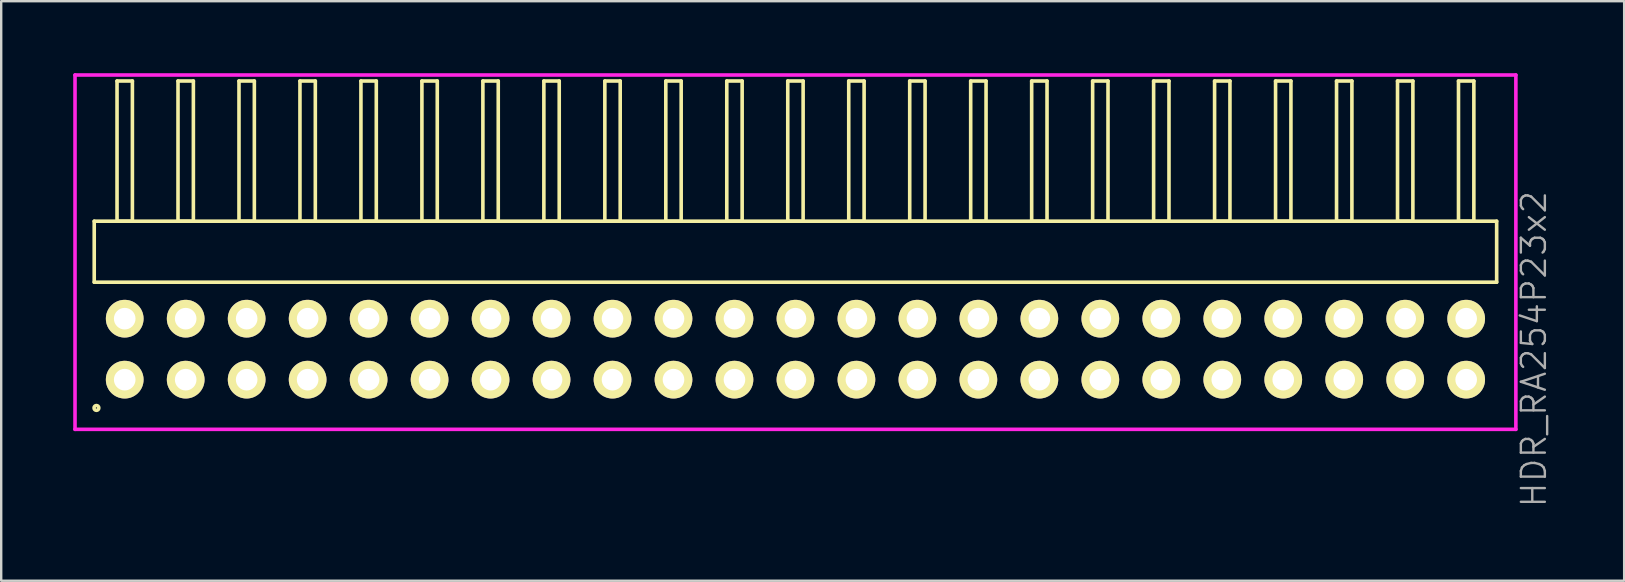
<source format=kicad_pcb>
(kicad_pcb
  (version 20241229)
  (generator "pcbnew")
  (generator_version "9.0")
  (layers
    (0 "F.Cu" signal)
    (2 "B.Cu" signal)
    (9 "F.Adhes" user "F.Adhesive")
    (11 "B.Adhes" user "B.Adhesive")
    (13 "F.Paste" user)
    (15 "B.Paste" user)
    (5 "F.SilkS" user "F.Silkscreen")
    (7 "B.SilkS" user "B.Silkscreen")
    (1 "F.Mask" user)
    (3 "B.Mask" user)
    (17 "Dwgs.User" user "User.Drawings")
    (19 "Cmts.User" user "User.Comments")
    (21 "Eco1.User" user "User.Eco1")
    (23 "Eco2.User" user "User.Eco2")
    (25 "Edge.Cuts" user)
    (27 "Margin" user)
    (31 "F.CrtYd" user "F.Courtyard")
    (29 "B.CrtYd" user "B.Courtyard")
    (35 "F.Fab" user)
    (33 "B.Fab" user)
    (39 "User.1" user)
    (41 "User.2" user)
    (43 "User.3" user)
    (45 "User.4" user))
  (footprint "HDR_RA254P23x2"
    (layer "F.Cu")
    (at 30.085 11.495)
    (property "Reference" "HDR_RA254P23x2" (at 30.76 0 90) (layer "F.Fab") (effects (font (size 1 1) (thickness 0.1))))
    (attr through_hole)
    (fp_line (start -29.21 -5.33) (end -29.21 -2.79) (stroke (width 0.15) (type solid)) (layer "F.SilkS"))
    (fp_line (start -29.21 -2.79) (end 29.21 -2.79) (stroke (width 0.15) (type solid)) (layer "F.SilkS"))
    (fp_line (start -28.26 -11.17) (end -28.26 -5.33) (stroke (width 0.15) (type solid)) (layer "F.SilkS"))
    (fp_line (start -28.26 -5.33) (end -27.62 -5.33) (stroke (width 0.15) (type solid)) (layer "F.SilkS"))
    (fp_line (start -27.62 -11.17) (end -28.26 -11.17) (stroke (width 0.15) (type solid)) (layer "F.SilkS"))
    (fp_line (start -27.62 -5.33) (end -27.62 -11.17) (stroke (width 0.15) (type solid)) (layer "F.SilkS"))
    (fp_line (start -25.72 -11.17) (end -25.72 -5.33) (stroke (width 0.15) (type solid)) (layer "F.SilkS"))
    (fp_line (start -25.72 -5.33) (end -25.08 -5.33) (stroke (width 0.15) (type solid)) (layer "F.SilkS"))
    (fp_line (start -25.08 -11.17) (end -25.72 -11.17) (stroke (width 0.15) (type solid)) (layer "F.SilkS"))
    (fp_line (start -25.08 -5.33) (end -25.08 -11.17) (stroke (width 0.15) (type solid)) (layer "F.SilkS"))
    (fp_line (start -23.18 -11.17) (end -23.18 -5.33) (stroke (width 0.15) (type solid)) (layer "F.SilkS"))
    (fp_line (start -23.18 -5.33) (end -22.54 -5.33) (stroke (width 0.15) (type solid)) (layer "F.SilkS"))
    (fp_line (start -22.54 -11.17) (end -23.18 -11.17) (stroke (width 0.15) (type solid)) (layer "F.SilkS"))
    (fp_line (start -22.54 -5.33) (end -22.54 -11.17) (stroke (width 0.15) (type solid)) (layer "F.SilkS"))
    (fp_line (start -20.64 -11.17) (end -20.64 -5.33) (stroke (width 0.15) (type solid)) (layer "F.SilkS"))
    (fp_line (start -20.64 -5.33) (end -20 -5.33) (stroke (width 0.15) (type solid)) (layer "F.SilkS"))
    (fp_line (start -20 -11.17) (end -20.64 -11.17) (stroke (width 0.15) (type solid)) (layer "F.SilkS"))
    (fp_line (start -20 -5.33) (end -20 -11.17) (stroke (width 0.15) (type solid)) (layer "F.SilkS"))
    (fp_line (start -18.1 -11.17) (end -18.1 -5.33) (stroke (width 0.15) (type solid)) (layer "F.SilkS"))
    (fp_line (start -18.1 -5.33) (end -17.46 -5.33) (stroke (width 0.15) (type solid)) (layer "F.SilkS"))
    (fp_line (start -17.46 -11.17) (end -18.1 -11.17) (stroke (width 0.15) (type solid)) (layer "F.SilkS"))
    (fp_line (start -17.46 -5.33) (end -17.46 -11.17) (stroke (width 0.15) (type solid)) (layer "F.SilkS"))
    (fp_line (start -15.56 -11.17) (end -15.56 -5.33) (stroke (width 0.15) (type solid)) (layer "F.SilkS"))
    (fp_line (start -15.56 -5.33) (end -14.92 -5.33) (stroke (width 0.15) (type solid)) (layer "F.SilkS"))
    (fp_line (start -14.92 -11.17) (end -15.56 -11.17) (stroke (width 0.15) (type solid)) (layer "F.SilkS"))
    (fp_line (start -14.92 -5.33) (end -14.92 -11.17) (stroke (width 0.15) (type solid)) (layer "F.SilkS"))
    (fp_line (start -13.02 -11.17) (end -13.02 -5.33) (stroke (width 0.15) (type solid)) (layer "F.SilkS"))
    (fp_line (start -13.02 -5.33) (end -12.38 -5.33) (stroke (width 0.15) (type solid)) (layer "F.SilkS"))
    (fp_line (start -12.38 -11.17) (end -13.02 -11.17) (stroke (width 0.15) (type solid)) (layer "F.SilkS"))
    (fp_line (start -12.38 -5.33) (end -12.38 -11.17) (stroke (width 0.15) (type solid)) (layer "F.SilkS"))
    (fp_line (start -10.48 -11.17) (end -10.48 -5.33) (stroke (width 0.15) (type solid)) (layer "F.SilkS"))
    (fp_line (start -10.48 -5.33) (end -9.84 -5.33) (stroke (width 0.15) (type solid)) (layer "F.SilkS"))
    (fp_line (start -9.84 -11.17) (end -10.48 -11.17) (stroke (width 0.15) (type solid)) (layer "F.SilkS"))
    (fp_line (start -9.84 -5.33) (end -9.84 -11.17) (stroke (width 0.15) (type solid)) (layer "F.SilkS"))
    (fp_line (start -7.94 -11.17) (end -7.94 -5.33) (stroke (width 0.15) (type solid)) (layer "F.SilkS"))
    (fp_line (start -7.94 -5.33) (end -7.3 -5.33) (stroke (width 0.15) (type solid)) (layer "F.SilkS"))
    (fp_line (start -7.3 -11.17) (end -7.94 -11.17) (stroke (width 0.15) (type solid)) (layer "F.SilkS"))
    (fp_line (start -7.3 -5.33) (end -7.3 -11.17) (stroke (width 0.15) (type solid)) (layer "F.SilkS"))
    (fp_line (start -5.4 -11.17) (end -5.4 -5.33) (stroke (width 0.15) (type solid)) (layer "F.SilkS"))
    (fp_line (start -5.4 -5.33) (end -4.76 -5.33) (stroke (width 0.15) (type solid)) (layer "F.SilkS"))
    (fp_line (start -4.76 -11.17) (end -5.4 -11.17) (stroke (width 0.15) (type solid)) (layer "F.SilkS"))
    (fp_line (start -4.76 -5.33) (end -4.76 -11.17) (stroke (width 0.15) (type solid)) (layer "F.SilkS"))
    (fp_line (start -2.86 -11.17) (end -2.86 -5.33) (stroke (width 0.15) (type solid)) (layer "F.SilkS"))
    (fp_line (start -2.86 -5.33) (end -2.22 -5.33) (stroke (width 0.15) (type solid)) (layer "F.SilkS"))
    (fp_line (start -2.22 -11.17) (end -2.86 -11.17) (stroke (width 0.15) (type solid)) (layer "F.SilkS"))
    (fp_line (start -2.22 -5.33) (end -2.22 -11.17) (stroke (width 0.15) (type solid)) (layer "F.SilkS"))
    (fp_line (start -0.32 -11.17) (end -0.32 -5.33) (stroke (width 0.15) (type solid)) (layer "F.SilkS"))
    (fp_line (start -0.32 -5.33) (end 0.32 -5.33) (stroke (width 0.15) (type solid)) (layer "F.SilkS"))
    (fp_line (start 0.32 -11.17) (end -0.32 -11.17) (stroke (width 0.15) (type solid)) (layer "F.SilkS"))
    (fp_line (start 0.32 -5.33) (end 0.32 -11.17) (stroke (width 0.15) (type solid)) (layer "F.SilkS"))
    (fp_line (start 2.22 -11.17) (end 2.22 -5.33) (stroke (width 0.15) (type solid)) (layer "F.SilkS"))
    (fp_line (start 2.22 -5.33) (end 2.86 -5.33) (stroke (width 0.15) (type solid)) (layer "F.SilkS"))
    (fp_line (start 2.86 -11.17) (end 2.22 -11.17) (stroke (width 0.15) (type solid)) (layer "F.SilkS"))
    (fp_line (start 2.86 -5.33) (end 2.86 -11.17) (stroke (width 0.15) (type solid)) (layer "F.SilkS"))
    (fp_line (start 4.76 -11.17) (end 4.76 -5.33) (stroke (width 0.15) (type solid)) (layer "F.SilkS"))
    (fp_line (start 4.76 -5.33) (end 5.4 -5.33) (stroke (width 0.15) (type solid)) (layer "F.SilkS"))
    (fp_line (start 5.4 -11.17) (end 4.76 -11.17) (stroke (width 0.15) (type solid)) (layer "F.SilkS"))
    (fp_line (start 5.4 -5.33) (end 5.4 -11.17) (stroke (width 0.15) (type solid)) (layer "F.SilkS"))
    (fp_line (start 7.3 -11.17) (end 7.3 -5.33) (stroke (width 0.15) (type solid)) (layer "F.SilkS"))
    (fp_line (start 7.3 -5.33) (end 7.94 -5.33) (stroke (width 0.15) (type solid)) (layer "F.SilkS"))
    (fp_line (start 7.94 -11.17) (end 7.3 -11.17) (stroke (width 0.15) (type solid)) (layer "F.SilkS"))
    (fp_line (start 7.94 -5.33) (end 7.94 -11.17) (stroke (width 0.15) (type solid)) (layer "F.SilkS"))
    (fp_line (start 9.84 -11.17) (end 9.84 -5.33) (stroke (width 0.15) (type solid)) (layer "F.SilkS"))
    (fp_line (start 9.84 -5.33) (end 10.48 -5.33) (stroke (width 0.15) (type solid)) (layer "F.SilkS"))
    (fp_line (start 10.48 -11.17) (end 9.84 -11.17) (stroke (width 0.15) (type solid)) (layer "F.SilkS"))
    (fp_line (start 10.48 -5.33) (end 10.48 -11.17) (stroke (width 0.15) (type solid)) (layer "F.SilkS"))
    (fp_line (start 12.38 -11.17) (end 12.38 -5.33) (stroke (width 0.15) (type solid)) (layer "F.SilkS"))
    (fp_line (start 12.38 -5.33) (end 13.02 -5.33) (stroke (width 0.15) (type solid)) (layer "F.SilkS"))
    (fp_line (start 13.02 -11.17) (end 12.38 -11.17) (stroke (width 0.15) (type solid)) (layer "F.SilkS"))
    (fp_line (start 13.02 -5.33) (end 13.02 -11.17) (stroke (width 0.15) (type solid)) (layer "F.SilkS"))
    (fp_line (start 14.92 -11.17) (end 14.92 -5.33) (stroke (width 0.15) (type solid)) (layer "F.SilkS"))
    (fp_line (start 14.92 -5.33) (end 15.56 -5.33) (stroke (width 0.15) (type solid)) (layer "F.SilkS"))
    (fp_line (start 15.56 -11.17) (end 14.92 -11.17) (stroke (width 0.15) (type solid)) (layer "F.SilkS"))
    (fp_line (start 15.56 -5.33) (end 15.56 -11.17) (stroke (width 0.15) (type solid)) (layer "F.SilkS"))
    (fp_line (start 17.46 -11.17) (end 17.46 -5.33) (stroke (width 0.15) (type solid)) (layer "F.SilkS"))
    (fp_line (start 17.46 -5.33) (end 18.1 -5.33) (stroke (width 0.15) (type solid)) (layer "F.SilkS"))
    (fp_line (start 18.1 -11.17) (end 17.46 -11.17) (stroke (width 0.15) (type solid)) (layer "F.SilkS"))
    (fp_line (start 18.1 -5.33) (end 18.1 -11.17) (stroke (width 0.15) (type solid)) (layer "F.SilkS"))
    (fp_line (start 20 -11.17) (end 20 -5.33) (stroke (width 0.15) (type solid)) (layer "F.SilkS"))
    (fp_line (start 20 -5.33) (end 20.64 -5.33) (stroke (width 0.15) (type solid)) (layer "F.SilkS"))
    (fp_line (start 20.64 -11.17) (end 20 -11.17) (stroke (width 0.15) (type solid)) (layer "F.SilkS"))
    (fp_line (start 20.64 -5.33) (end 20.64 -11.17) (stroke (width 0.15) (type solid)) (layer "F.SilkS"))
    (fp_line (start 22.54 -11.17) (end 22.54 -5.33) (stroke (width 0.15) (type solid)) (layer "F.SilkS"))
    (fp_line (start 22.54 -5.33) (end 23.18 -5.33) (stroke (width 0.15) (type solid)) (layer "F.SilkS"))
    (fp_line (start 23.18 -11.17) (end 22.54 -11.17) (stroke (width 0.15) (type solid)) (layer "F.SilkS"))
    (fp_line (start 23.18 -5.33) (end 23.18 -11.17) (stroke (width 0.15) (type solid)) (layer "F.SilkS"))
    (fp_line (start 25.08 -11.17) (end 25.08 -5.33) (stroke (width 0.15) (type solid)) (layer "F.SilkS"))
    (fp_line (start 25.08 -5.33) (end 25.72 -5.33) (stroke (width 0.15) (type solid)) (layer "F.SilkS"))
    (fp_line (start 25.72 -11.17) (end 25.08 -11.17) (stroke (width 0.15) (type solid)) (layer "F.SilkS"))
    (fp_line (start 25.72 -5.33) (end 25.72 -11.17) (stroke (width 0.15) (type solid)) (layer "F.SilkS"))
    (fp_line (start 27.62 -11.17) (end 27.62 -5.33) (stroke (width 0.15) (type solid)) (layer "F.SilkS"))
    (fp_line (start 27.62 -5.33) (end 28.26 -5.33) (stroke (width 0.15) (type solid)) (layer "F.SilkS"))
    (fp_line (start 28.26 -11.17) (end 27.62 -11.17) (stroke (width 0.15) (type solid)) (layer "F.SilkS"))
    (fp_line (start 28.26 -5.33) (end 28.26 -11.17) (stroke (width 0.15) (type solid)) (layer "F.SilkS"))
    (fp_line (start 29.21 -5.33) (end -29.21 -5.33) (stroke (width 0.15) (type solid)) (layer "F.SilkS"))
    (fp_line (start 29.21 -2.79) (end 29.21 -5.33) (stroke (width 0.15) (type solid)) (layer "F.SilkS"))
    (fp_circle (center -29.118 2.448) (end -29.018 2.448) (stroke (width 0.15) (type solid)) (fill no) (layer "F.SilkS"))
    (fp_line (start -30.01 -11.42) (end -30.01 3.34) (stroke (width 0.15) (type solid)) (layer "F.CrtYd"))
    (fp_line (start -30.01 3.34) (end 30.01 3.34) (stroke (width 0.15) (type solid)) (layer "F.CrtYd"))
    (fp_line (start 30.01 -11.42) (end -30.01 -11.42) (stroke (width 0.15) (type solid)) (layer "F.CrtYd"))
    (fp_line (start 30.01 3.34) (end 30.01 -11.42) (stroke (width 0.15) (type solid)) (layer "F.CrtYd"))
    (pad "1" thru_hole oval (at -27.94 1.27) (size 1.57 1.57) (drill 0.9) (layers "*.Cu" "*.Mask" "F.SilkS"))
    (pad "2" thru_hole oval (at -27.94 -1.27) (size 1.57 1.57) (drill 0.9) (layers "*.Cu" "*.Mask" "F.SilkS"))
    (pad "3" thru_hole oval (at -25.4 1.27) (size 1.57 1.57) (drill 0.9) (layers "*.Cu" "*.Mask" "F.SilkS"))
    (pad "4" thru_hole oval (at -25.4 -1.27) (size 1.57 1.57) (drill 0.9) (layers "*.Cu" "*.Mask" "F.SilkS"))
    (pad "5" thru_hole oval (at -22.86 1.27) (size 1.57 1.57) (drill 0.9) (layers "*.Cu" "*.Mask" "F.SilkS"))
    (pad "6" thru_hole oval (at -22.86 -1.27) (size 1.57 1.57) (drill 0.9) (layers "*.Cu" "*.Mask" "F.SilkS"))
    (pad "7" thru_hole oval (at -20.32 1.27) (size 1.57 1.57) (drill 0.9) (layers "*.Cu" "*.Mask" "F.SilkS"))
    (pad "8" thru_hole oval (at -20.32 -1.27) (size 1.57 1.57) (drill 0.9) (layers "*.Cu" "*.Mask" "F.SilkS"))
    (pad "9" thru_hole oval (at -17.78 1.27) (size 1.57 1.57) (drill 0.9) (layers "*.Cu" "*.Mask" "F.SilkS"))
    (pad "10" thru_hole oval (at -17.78 -1.27) (size 1.57 1.57) (drill 0.9) (layers "*.Cu" "*.Mask" "F.SilkS"))
    (pad "11" thru_hole oval (at -15.24 1.27) (size 1.57 1.57) (drill 0.9) (layers "*.Cu" "*.Mask" "F.SilkS"))
    (pad "12" thru_hole oval (at -15.24 -1.27) (size 1.57 1.57) (drill 0.9) (layers "*.Cu" "*.Mask" "F.SilkS"))
    (pad "13" thru_hole oval (at -12.7 1.27) (size 1.57 1.57) (drill 0.9) (layers "*.Cu" "*.Mask" "F.SilkS"))
    (pad "14" thru_hole oval (at -12.7 -1.27) (size 1.57 1.57) (drill 0.9) (layers "*.Cu" "*.Mask" "F.SilkS"))
    (pad "15" thru_hole oval (at -10.16 1.27) (size 1.57 1.57) (drill 0.9) (layers "*.Cu" "*.Mask" "F.SilkS"))
    (pad "16" thru_hole oval (at -10.16 -1.27) (size 1.57 1.57) (drill 0.9) (layers "*.Cu" "*.Mask" "F.SilkS"))
    (pad "17" thru_hole oval (at -7.62 1.27) (size 1.57 1.57) (drill 0.9) (layers "*.Cu" "*.Mask" "F.SilkS"))
    (pad "18" thru_hole oval (at -7.62 -1.27) (size 1.57 1.57) (drill 0.9) (layers "*.Cu" "*.Mask" "F.SilkS"))
    (pad "19" thru_hole oval (at -5.08 1.27) (size 1.57 1.57) (drill 0.9) (layers "*.Cu" "*.Mask" "F.SilkS"))
    (pad "20" thru_hole oval (at -5.08 -1.27) (size 1.57 1.57) (drill 0.9) (layers "*.Cu" "*.Mask" "F.SilkS"))
    (pad "21" thru_hole oval (at -2.54 1.27) (size 1.57 1.57) (drill 0.9) (layers "*.Cu" "*.Mask" "F.SilkS"))
    (pad "22" thru_hole oval (at -2.54 -1.27) (size 1.57 1.57) (drill 0.9) (layers "*.Cu" "*.Mask" "F.SilkS"))
    (pad "23" thru_hole oval (at 0 1.27) (size 1.57 1.57) (drill 0.9) (layers "*.Cu" "*.Mask" "F.SilkS"))
    (pad "24" thru_hole oval (at 0 -1.27) (size 1.57 1.57) (drill 0.9) (layers "*.Cu" "*.Mask" "F.SilkS"))
    (pad "25" thru_hole oval (at 2.54 1.27) (size 1.57 1.57) (drill 0.9) (layers "*.Cu" "*.Mask" "F.SilkS"))
    (pad "26" thru_hole oval (at 2.54 -1.27) (size 1.57 1.57) (drill 0.9) (layers "*.Cu" "*.Mask" "F.SilkS"))
    (pad "27" thru_hole oval (at 5.08 1.27) (size 1.57 1.57) (drill 0.9) (layers "*.Cu" "*.Mask" "F.SilkS"))
    (pad "28" thru_hole oval (at 5.08 -1.27) (size 1.57 1.57) (drill 0.9) (layers "*.Cu" "*.Mask" "F.SilkS"))
    (pad "29" thru_hole oval (at 7.62 1.27) (size 1.57 1.57) (drill 0.9) (layers "*.Cu" "*.Mask" "F.SilkS"))
    (pad "30" thru_hole oval (at 7.62 -1.27) (size 1.57 1.57) (drill 0.9) (layers "*.Cu" "*.Mask" "F.SilkS"))
    (pad "31" thru_hole oval (at 10.16 1.27) (size 1.57 1.57) (drill 0.9) (layers "*.Cu" "*.Mask" "F.SilkS"))
    (pad "32" thru_hole oval (at 10.16 -1.27) (size 1.57 1.57) (drill 0.9) (layers "*.Cu" "*.Mask" "F.SilkS"))
    (pad "33" thru_hole oval (at 12.7 1.27) (size 1.57 1.57) (drill 0.9) (layers "*.Cu" "*.Mask" "F.SilkS"))
    (pad "34" thru_hole oval (at 12.7 -1.27) (size 1.57 1.57) (drill 0.9) (layers "*.Cu" "*.Mask" "F.SilkS"))
    (pad "35" thru_hole oval (at 15.24 1.27) (size 1.57 1.57) (drill 0.9) (layers "*.Cu" "*.Mask" "F.SilkS"))
    (pad "36" thru_hole oval (at 15.24 -1.27) (size 1.57 1.57) (drill 0.9) (layers "*.Cu" "*.Mask" "F.SilkS"))
    (pad "37" thru_hole oval (at 17.78 1.27) (size 1.57 1.57) (drill 0.9) (layers "*.Cu" "*.Mask" "F.SilkS"))
    (pad "38" thru_hole oval (at 17.78 -1.27) (size 1.57 1.57) (drill 0.9) (layers "*.Cu" "*.Mask" "F.SilkS"))
    (pad "39" thru_hole oval (at 20.32 1.27) (size 1.57 1.57) (drill 0.9) (layers "*.Cu" "*.Mask" "F.SilkS"))
    (pad "40" thru_hole oval (at 20.32 -1.27) (size 1.57 1.57) (drill 0.9) (layers "*.Cu" "*.Mask" "F.SilkS"))
    (pad "41" thru_hole oval (at 22.86 1.27) (size 1.57 1.57) (drill 0.9) (layers "*.Cu" "*.Mask" "F.SilkS"))
    (pad "42" thru_hole oval (at 22.86 -1.27) (size 1.57 1.57) (drill 0.9) (layers "*.Cu" "*.Mask" "F.SilkS"))
    (pad "43" thru_hole oval (at 25.4 1.27) (size 1.57 1.57) (drill 0.9) (layers "*.Cu" "*.Mask" "F.SilkS"))
    (pad "44" thru_hole oval (at 25.4 -1.27) (size 1.57 1.57) (drill 0.9) (layers "*.Cu" "*.Mask" "F.SilkS"))
    (pad "45" thru_hole oval (at 27.94 1.27) (size 1.57 1.57) (drill 0.9) (layers "*.Cu" "*.Mask" "F.SilkS"))
    (pad "46" thru_hole oval (at 27.94 -1.27) (size 1.57 1.57) (drill 0.9) (layers "*.Cu" "*.Mask" "F.SilkS")))
  (gr_rect
    (start -3 -3)
    (end 64.606 21.14)
    (stroke (width 0.1) (type default))
    (fill no)
    (layer "Edge.Cuts")))
</source>
